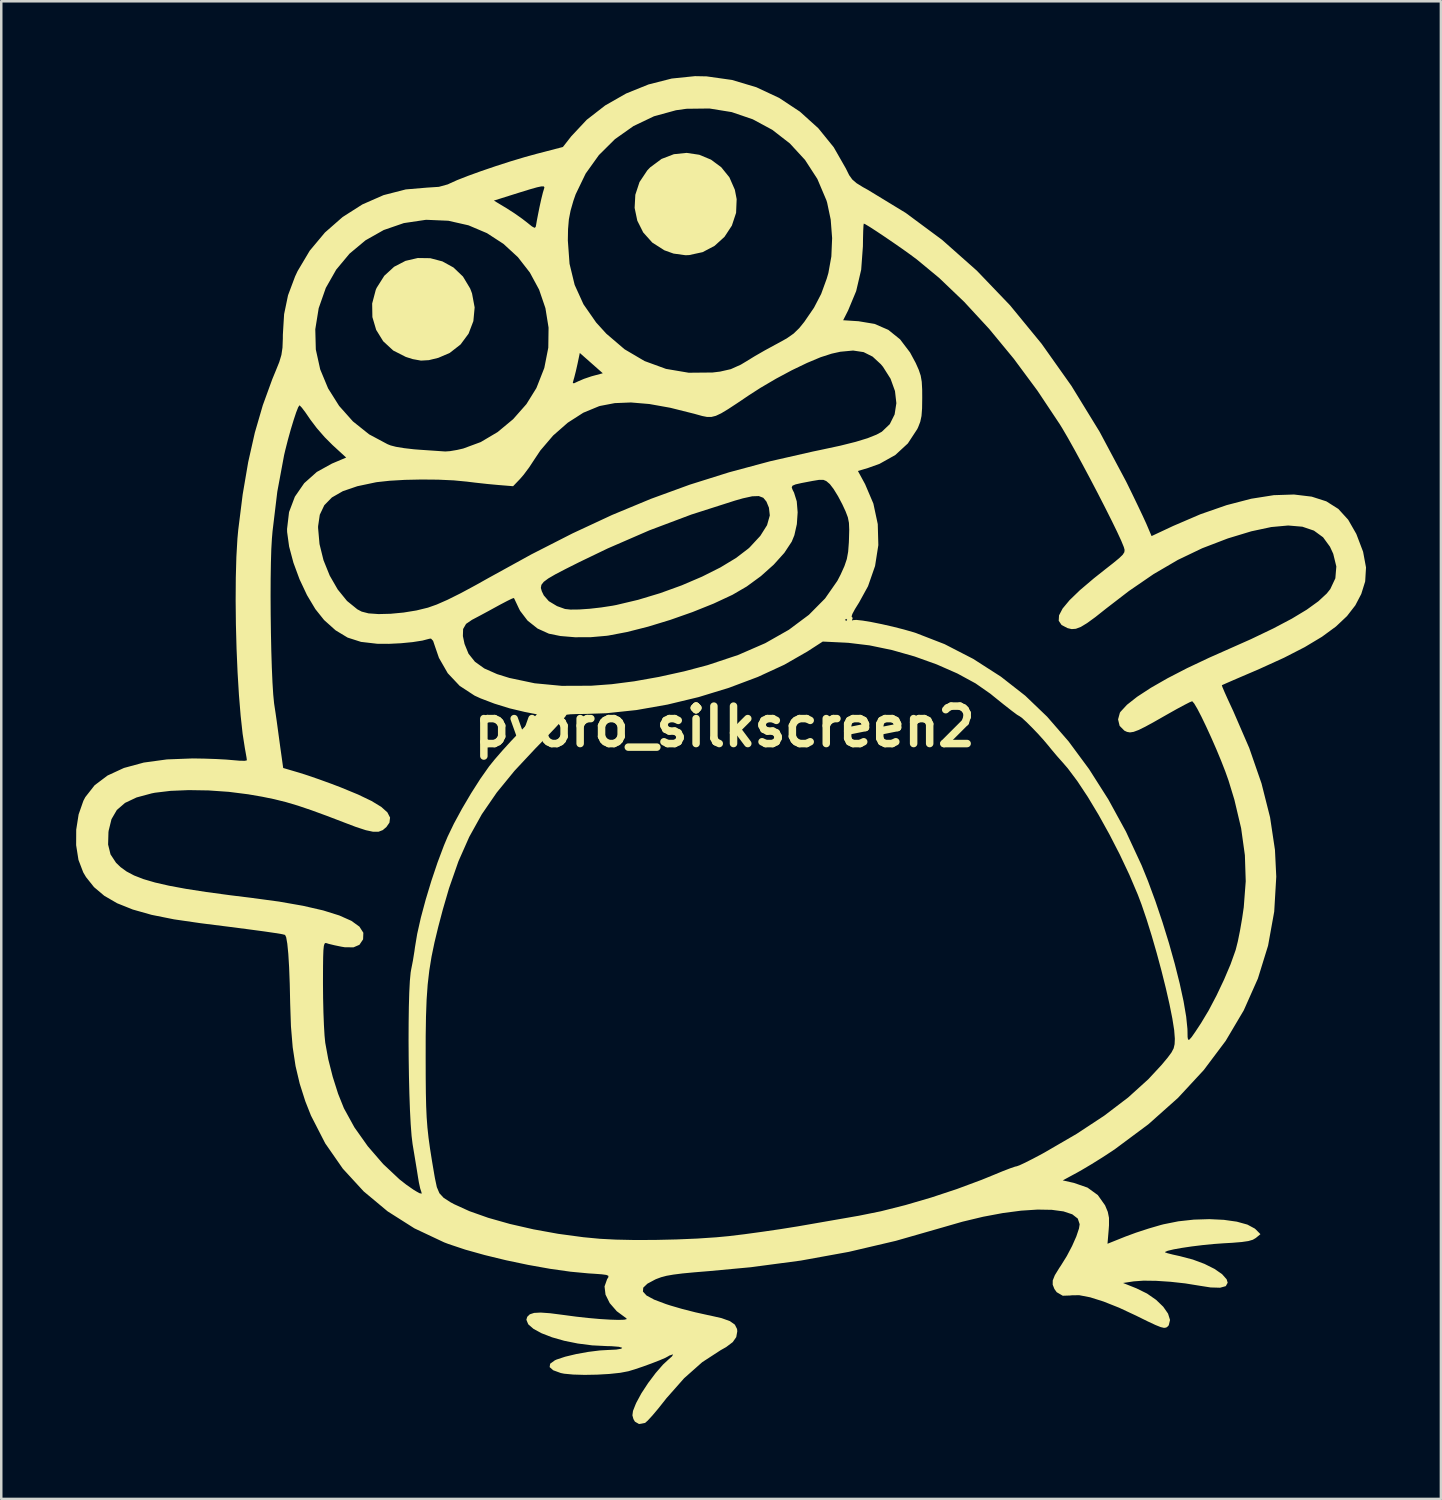
<source format=kicad_pcb>
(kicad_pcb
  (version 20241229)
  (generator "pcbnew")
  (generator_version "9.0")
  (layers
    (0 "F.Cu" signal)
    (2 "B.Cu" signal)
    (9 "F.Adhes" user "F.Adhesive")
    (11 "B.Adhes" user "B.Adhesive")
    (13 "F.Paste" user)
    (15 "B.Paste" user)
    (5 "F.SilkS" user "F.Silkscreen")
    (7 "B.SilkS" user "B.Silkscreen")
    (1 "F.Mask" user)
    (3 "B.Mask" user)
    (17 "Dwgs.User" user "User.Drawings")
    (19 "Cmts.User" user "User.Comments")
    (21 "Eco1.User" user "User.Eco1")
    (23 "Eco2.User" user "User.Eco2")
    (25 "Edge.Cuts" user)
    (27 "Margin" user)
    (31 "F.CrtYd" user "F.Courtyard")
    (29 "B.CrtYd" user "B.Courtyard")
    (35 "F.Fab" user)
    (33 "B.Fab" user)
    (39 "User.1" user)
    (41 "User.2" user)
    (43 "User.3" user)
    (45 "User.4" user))
  (footprint "pyoro_silkscreen2"
    (layer "F.Cu")
    (at 25.974 26.055)
    (property "Reference" "pyoro_silkscreen2" (at 0 0 0) (layer "F.SilkS") (effects (font (size 1.5 1.5) (thickness 0.3))))
    (attr board_only exclude_from_pos_files exclude_from_bom)
    (fp_poly (pts (xy -1.015 -22.906) (xy -0.546 -22.711) (xy -0.135 -22.407) (xy 0.192 -22.002) (xy 0.41 -21.506) (xy 0.483 -21.129) (xy 0.46 -20.579) (xy 0.291 -20.068) (xy -0.004 -19.619) (xy -0.402 -19.257) (xy -0.881 -19.005) (xy -1.419 -18.888) (xy -1.566 -18.882) (xy -2.046 -18.948) (xy -2.414 -19.08) (xy -2.897 -19.389) (xy -3.26 -19.794) (xy -3.497 -20.266) (xy -3.604 -20.778) (xy -3.576 -21.303) (xy -3.408 -21.813) (xy -3.096 -22.281) (xy -2.98 -22.402) (xy -2.526 -22.739) (xy -2.031 -22.929) (xy -1.519 -22.981)) (stroke (width 0) (type solid)) (fill yes) (layer "F.SilkS"))
    (fp_poly (pts (xy -11.79 -18.763) (xy -11.304 -18.635) (xy -10.859 -18.39) (xy -10.479 -18.027) (xy -10.192 -17.549) (xy -10.117 -17.353) (xy -10.012 -16.79) (xy -10.063 -16.244) (xy -10.255 -15.741) (xy -10.576 -15.307) (xy -11.012 -14.967) (xy -11.467 -14.772) (xy -11.846 -14.679) (xy -12.162 -14.661) (xy -12.494 -14.721) (xy -12.768 -14.808) (xy -13.275 -15.066) (xy -13.675 -15.436) (xy -13.956 -15.891) (xy -14.108 -16.404) (xy -14.117 -16.947) (xy -13.973 -17.494) (xy -13.938 -17.573) (xy -13.631 -18.059) (xy -13.237 -18.42) (xy -12.782 -18.656) (xy -12.291 -18.77)) (stroke (width 0) (type solid)) (fill yes) (layer "F.SilkS"))
    (fp_poly (pts (xy -0.72 -26.046) (xy 0.299 -25.902) (xy 1.273 -25.61) (xy 2.185 -25.183) (xy 3.017 -24.633) (xy 3.752 -23.97) (xy 4.371 -23.207) (xy 4.858 -22.355) (xy 4.872 -22.326) (xy 4.99 -22.088) (xy 5.114 -21.916) (xy 5.283 -21.769) (xy 5.54 -21.61) (xy 5.74 -21.499) (xy 7.256 -20.576) (xy 8.712 -19.497) (xy 10.105 -18.262) (xy 11.434 -16.875) (xy 12.697 -15.336) (xy 13.893 -13.648) (xy 15.02 -11.812) (xy 16.076 -9.831) (xy 16.123 -9.737) (xy 16.346 -9.281) (xy 16.558 -8.841) (xy 16.74 -8.457) (xy 16.874 -8.166) (xy 16.916 -8.07) (xy 17.102 -7.632) (xy 17.97 -8.039) (xy 19.06 -8.507) (xy 20.107 -8.871) (xy 21.093 -9.128) (xy 21.999 -9.271) (xy 22.806 -9.297) (xy 23.516 -9.212) (xy 24.102 -9.024) (xy 24.583 -8.72) (xy 24.977 -8.288) (xy 25.304 -7.717) (xy 25.307 -7.709) (xy 25.575 -7.005) (xy 25.692 -6.375) (xy 25.659 -5.823) (xy 25.654 -5.801) (xy 25.502 -5.313) (xy 25.264 -4.858) (xy 24.93 -4.427) (xy 24.488 -4.01) (xy 23.928 -3.599) (xy 23.238 -3.185) (xy 22.406 -2.758) (xy 21.422 -2.31) (xy 21.167 -2.2) (xy 20.747 -2.02) (xy 20.386 -1.865) (xy 20.111 -1.745) (xy 19.949 -1.673) (xy 19.917 -1.657) (xy 19.943 -1.577) (xy 20.03 -1.373) (xy 20.164 -1.075) (xy 20.333 -0.711) (xy 20.372 -0.627) (xy 21.015 0.857) (xy 21.506 2.275) (xy 21.849 3.633) (xy 22.045 4.939) (xy 22.097 6.011) (xy 22.015 7.411) (xy 21.769 8.772) (xy 21.361 10.091) (xy 20.795 11.364) (xy 20.071 12.587) (xy 19.192 13.758) (xy 18.16 14.872) (xy 16.977 15.926) (xy 15.645 16.917) (xy 15.51 17.009) (xy 15.113 17.268) (xy 14.692 17.53) (xy 14.31 17.757) (xy 14.133 17.857) (xy 13.545 18.176) (xy 13.995 18.277) (xy 14.536 18.465) (xy 14.948 18.763) (xy 15.238 19.172) (xy 15.243 19.182) (xy 15.349 19.437) (xy 15.397 19.677) (xy 15.397 19.975) (xy 15.385 20.145) (xy 15.337 20.714) (xy 16.052 20.427) (xy 16.481 20.269) (xy 16.983 20.105) (xy 17.466 19.964) (xy 17.581 19.934) (xy 18.175 19.815) (xy 18.797 19.747) (xy 19.415 19.728) (xy 19.998 19.756) (xy 20.517 19.829) (xy 20.94 19.946) (xy 21.236 20.105) (xy 21.283 20.147) (xy 21.463 20.33) (xy 21.276 20.484) (xy 21.159 20.553) (xy 20.983 20.605) (xy 20.716 20.644) (xy 20.329 20.676) (xy 20.006 20.694) (xy 19.587 20.724) (xy 19.146 20.768) (xy 18.712 20.821) (xy 18.315 20.88) (xy 17.985 20.939) (xy 17.751 20.995) (xy 17.643 21.042) (xy 17.643 21.058) (xy 17.738 21.092) (xy 17.952 21.147) (xy 18.241 21.211) (xy 18.244 21.212) (xy 18.754 21.346) (xy 19.221 21.52) (xy 19.621 21.72) (xy 19.925 21.93) (xy 20.109 22.137) (xy 20.151 22.275) (xy 20.075 22.412) (xy 19.847 22.475) (xy 19.467 22.464) (xy 19.008 22.392) (xy 18.451 22.302) (xy 17.862 22.237) (xy 17.289 22.199) (xy 16.781 22.192) (xy 16.388 22.22) (xy 16.376 22.222) (xy 15.96 22.285) (xy 16.502 22.502) (xy 16.922 22.709) (xy 17.284 22.961) (xy 17.57 23.237) (xy 17.762 23.512) (xy 17.842 23.767) (xy 17.791 23.978) (xy 17.752 24.025) (xy 17.688 24.071) (xy 17.601 24.083) (xy 17.467 24.052) (xy 17.258 23.968) (xy 16.952 23.825) (xy 16.522 23.613) (xy 16.492 23.598) (xy 15.805 23.277) (xy 15.182 23.029) (xy 14.643 22.859) (xy 14.203 22.774) (xy 13.883 22.779) (xy 13.851 22.786) (xy 13.545 22.796) (xy 13.303 22.655) (xy 13.21 22.525) (xy 13.142 22.353) (xy 13.144 22.183) (xy 13.228 21.973) (xy 13.405 21.685) (xy 13.474 21.582) (xy 13.708 21.205) (xy 13.919 20.804) (xy 14.088 20.422) (xy 14.195 20.103) (xy 14.222 19.931) (xy 14.147 19.706) (xy 13.927 19.535) (xy 13.575 19.418) (xy 13.106 19.355) (xy 12.535 19.345) (xy 11.877 19.388) (xy 11.145 19.484) (xy 10.355 19.632) (xy 9.521 19.832) (xy 8.745 20.056) (xy 6.858 20.597) (xy 4.973 21.039) (xy 3.051 21.388) (xy 1.048 21.654) (xy -0.595 21.807) (xy -1.212 21.858) (xy -1.688 21.903) (xy -2.049 21.949) (xy -2.325 21.997) (xy -2.541 22.054) (xy -2.727 22.123) (xy -2.774 22.143) (xy -3.092 22.313) (xy -3.259 22.473) (xy -3.271 22.629) (xy -3.127 22.787) (xy -2.821 22.952) (xy -2.352 23.129) (xy -2.173 23.187) (xy -1.704 23.324) (xy -1.171 23.46) (xy -0.676 23.57) (xy -0.598 23.585) (xy -0.118 23.694) (xy 0.212 23.813) (xy 0.411 23.954) (xy 0.499 24.129) (xy 0.508 24.22) (xy 0.467 24.452) (xy 0.327 24.653) (xy 0.063 24.852) (xy -0.158 24.977) (xy -0.896 25.457) (xy -1.621 26.1) (xy -2.33 26.902) (xy -2.402 26.994) (xy -2.662 27.321) (xy -2.895 27.597) (xy -3.077 27.795) (xy -3.183 27.889) (xy -3.187 27.891) (xy -3.429 27.935) (xy -3.592 27.839) (xy -3.652 27.736) (xy -3.693 27.586) (xy -3.669 27.409) (xy -3.568 27.152) (xy -3.536 27.08) (xy -3.333 26.705) (xy -3.063 26.293) (xy -2.763 25.894) (xy -2.47 25.557) (xy -2.259 25.36) (xy -2.113 25.23) (xy -2.065 25.154) (xy -2.079 25.147) (xy -2.222 25.196) (xy -2.248 25.215) (xy -2.371 25.282) (xy -2.611 25.385) (xy -2.925 25.507) (xy -3.268 25.632) (xy -3.597 25.743) (xy -3.852 25.82) (xy -4.182 25.883) (xy -4.617 25.929) (xy -5.109 25.957) (xy -5.608 25.966) (xy -6.063 25.953) (xy -6.426 25.919) (xy -6.561 25.892) (xy -6.865 25.781) (xy -7.008 25.654) (xy -6.987 25.519) (xy -6.799 25.383) (xy -6.725 25.35) (xy -6.386 25.238) (xy -5.943 25.132) (xy -5.459 25.045) (xy -4.998 24.987) (xy -4.713 24.971) (xy -4.342 24.953) (xy -4.139 24.919) (xy -4.103 24.879) (xy -4.234 24.841) (xy -4.531 24.817) (xy -4.715 24.813) (xy -5.303 24.784) (xy -5.88 24.71) (xy -6.424 24.6) (xy -6.915 24.46) (xy -7.333 24.298) (xy -7.656 24.122) (xy -7.866 23.939) (xy -7.94 23.757) (xy -7.905 23.639) (xy -7.802 23.54) (xy -7.631 23.484) (xy -7.367 23.47) (xy -6.988 23.497) (xy -6.468 23.564) (xy -6.438 23.568) (xy -5.943 23.634) (xy -5.452 23.688) (xy -4.99 23.729) (xy -4.582 23.754) (xy -4.251 23.764) (xy -4.021 23.757) (xy -3.918 23.731) (xy -3.937 23.699) (xy -4.32 23.416) (xy -4.602 23.091) (xy -4.77 22.751) (xy -4.809 22.423) (xy -4.707 22.135) (xy -4.703 22.129) (xy -4.654 22.05) (xy -4.657 21.997) (xy -4.738 21.962) (xy -4.924 21.937) (xy -5.239 21.914) (xy -5.45 21.901) (xy -6.173 21.833) (xy -6.993 21.717) (xy -7.866 21.561) (xy -8.752 21.375) (xy -9.608 21.167) (xy -10.391 20.948) (xy -11.061 20.724) (xy -11.236 20.657) (xy -12.424 20.097) (xy -13.499 19.415) (xy -14.457 18.616) (xy -15.292 17.707) (xy -15.997 16.693) (xy -16.568 15.58) (xy -16.795 15.006) (xy -17.018 14.306) (xy -17.185 13.599) (xy -17.3 12.845) (xy -17.37 12.004) (xy -17.401 11.086) (xy -17.418 10.307) (xy -17.443 9.641) (xy -17.476 9.1) (xy -17.516 8.695) (xy -17.561 8.438) (xy -17.606 8.343) (xy -17.722 8.314) (xy -18.005 8.267) (xy -18.457 8.201) (xy -19.076 8.118) (xy -19.863 8.016) (xy -20.816 7.896) (xy -20.997 7.873) (xy -22.051 7.72) (xy -22.949 7.54) (xy -23.706 7.326) (xy -24.334 7.074) (xy -24.847 6.776) (xy -25.258 6.429) (xy -25.579 6.026) (xy -25.69 5.838) (xy -25.881 5.338) (xy -25.974 4.75) (xy -25.974 4.723) (xy -24.694 4.723) (xy -24.597 5.118) (xy -24.377 5.452) (xy -24.197 5.626) (xy -23.955 5.802) (xy -23.653 5.962) (xy -23.278 6.108) (xy -22.815 6.244) (xy -22.251 6.373) (xy -21.57 6.499) (xy -20.759 6.625) (xy -19.804 6.754) (xy -18.965 6.857) (xy -17.847 7.008) (xy -16.884 7.177) (xy -16.079 7.362) (xy -15.433 7.564) (xy -14.948 7.78) (xy -14.627 8.012) (xy -14.47 8.257) (xy -14.48 8.516) (xy -14.483 8.525) (xy -14.627 8.739) (xy -14.865 8.841) (xy -15.216 8.837) (xy -15.348 8.815) (xy -15.629 8.757) (xy -15.859 8.701) (xy -15.938 8.675) (xy -15.989 8.666) (xy -16.026 8.697) (xy -16.053 8.788) (xy -16.07 8.961) (xy -16.08 9.236) (xy -16.085 9.634) (xy -16.087 10.176) (xy -16.087 10.314) (xy -16.082 10.885) (xy -16.069 11.446) (xy -16.049 11.957) (xy -16.024 12.378) (xy -15.996 12.663) (xy -15.875 13.324) (xy -15.696 14.029) (xy -15.481 14.707) (xy -15.248 15.288) (xy -15.243 15.297) (xy -14.828 16.052) (xy -14.292 16.809) (xy -13.677 17.52) (xy -13.023 18.134) (xy -12.754 18.345) (xy -12.445 18.561) (xy -12.234 18.684) (xy -12.132 18.708) (xy -12.148 18.629) (xy -12.152 18.624) (xy -12.193 18.497) (xy -12.245 18.261) (xy -12.28 18.052) (xy -12.328 17.749) (xy -12.394 17.347) (xy -12.466 16.913) (xy -12.498 16.722) (xy -12.538 16.391) (xy -12.573 15.929) (xy -12.603 15.362) (xy -12.626 14.717) (xy -12.643 14.019) (xy -12.654 13.294) (xy -12.654 13.293) (xy -11.974 13.293) (xy -11.972 14.055) (xy -11.966 14.68) (xy -11.954 15.201) (xy -11.934 15.651) (xy -11.903 16.063) (xy -11.859 16.469) (xy -11.799 16.902) (xy -11.721 17.395) (xy -11.622 17.98) (xy -11.602 18.092) (xy -11.527 18.445) (xy -11.424 18.689) (xy -11.255 18.873) (xy -10.981 19.05) (xy -10.839 19.127) (xy -10.222 19.408) (xy -9.467 19.675) (xy -8.602 19.92) (xy -7.658 20.136) (xy -6.666 20.316) (xy -5.655 20.452) (xy -4.995 20.515) (xy -4.361 20.548) (xy -3.607 20.564) (xy -2.779 20.561) (xy -1.925 20.541) (xy -1.094 20.506) (xy -0.332 20.455) (xy 0.169 20.408) (xy 0.795 20.332) (xy 1.513 20.234) (xy 2.25 20.126) (xy 2.932 20.017) (xy 3.175 19.975) (xy 3.721 19.88) (xy 4.265 19.785) (xy 4.761 19.699) (xy 5.167 19.628) (xy 5.376 19.592) (xy 6.26 19.413) (xy 7.242 19.165) (xy 8.274 18.863) (xy 9.307 18.521) (xy 10.294 18.154) (xy 10.801 17.947) (xy 11.145 17.805) (xy 11.436 17.693) (xy 11.637 17.624) (xy 11.701 17.611) (xy 11.812 17.571) (xy 12.04 17.465) (xy 12.355 17.305) (xy 12.726 17.108) (xy 12.827 17.052) (xy 14.099 16.313) (xy 15.209 15.582) (xy 16.165 14.854) (xy 16.972 14.124) (xy 17.488 13.568) (xy 17.739 13.269) (xy 17.898 13.055) (xy 17.987 12.886) (xy 18.025 12.721) (xy 18.034 12.52) (xy 18.034 12.491) (xy 18.008 12.156) (xy 17.934 11.689) (xy 17.82 11.119) (xy 17.673 10.474) (xy 17.5 9.782) (xy 17.309 9.073) (xy 17.107 8.374) (xy 16.901 7.713) (xy 16.699 7.12) (xy 16.55 6.727) (xy 16.213 5.935) (xy 15.828 5.12) (xy 15.411 4.31) (xy 14.979 3.532) (xy 14.547 2.814) (xy 14.13 2.184) (xy 13.744 1.669) (xy 13.532 1.424) (xy 13.322 1.188) (xy 13.082 0.903) (xy 12.968 0.762) (xy 12.778 0.537) (xy 12.547 0.281) (xy 12.303 0.027) (xy 12.078 -0.196) (xy 11.903 -0.356) (xy 11.806 -0.423) (xy 11.803 -0.423) (xy 11.713 -0.477) (xy 11.504 -0.633) (xy 11.184 -0.883) (xy 10.765 -1.22) (xy 10.649 -1.315) (xy 10.052 -1.732) (xy 9.322 -2.129) (xy 8.496 -2.492) (xy 7.61 -2.81) (xy 6.702 -3.068) (xy 5.807 -3.254) (xy 4.962 -3.356) (xy 4.823 -3.364) (xy 3.931 -3.407) (xy 3.317 -3.01) (xy 2.391 -2.479) (xy 1.333 -1.991) (xy 0.177 -1.556) (xy -1.041 -1.183) (xy -2.288 -0.883) (xy -3.529 -0.664) (xy -4.73 -0.537) (xy -5.579 -0.508) (xy -5.918 -0.504) (xy -6.176 -0.494) (xy -6.321 -0.478) (xy -6.338 -0.468) (xy -6.383 -0.398) (xy -6.53 -0.227) (xy -6.764 0.028) (xy -7.068 0.349) (xy -7.425 0.718) (xy -7.573 0.869) (xy -8.417 1.772) (xy -9.127 2.641) (xy -9.725 3.511) (xy -10.228 4.416) (xy -10.66 5.392) (xy -11.038 6.474) (xy -11.286 7.324) (xy -11.471 8.026) (xy -11.621 8.646) (xy -11.739 9.215) (xy -11.828 9.765) (xy -11.893 10.328) (xy -11.936 10.934) (xy -11.961 11.617) (xy -11.973 12.406) (xy -11.974 13.293) (xy -12.654 13.293) (xy -12.659 12.569) (xy -12.656 11.869) (xy -12.647 11.221) (xy -12.631 10.651) (xy -12.607 10.184) (xy -12.575 9.848) (xy -12.556 9.737) (xy -12.485 9.375) (xy -12.424 8.996) (xy -12.404 8.848) (xy -12.314 8.306) (xy -12.167 7.653) (xy -11.973 6.93) (xy -11.746 6.179) (xy -11.498 5.442) (xy -11.242 4.761) (xy -11.094 4.408) (xy -10.842 3.885) (xy -10.517 3.286) (xy -10.153 2.669) (xy -9.782 2.088) (xy -9.439 1.601) (xy -9.428 1.586) (xy -9.204 1.309) (xy -8.901 0.96) (xy -8.562 0.587) (xy -8.273 0.283) (xy -7.519 -0.493) (xy -8.014 -0.59) (xy -8.614 -0.733) (xy -9.224 -0.922) (xy -9.775 -1.132) (xy -10.015 -1.242) (xy -10.611 -1.632) (xy -11.09 -2.14) (xy -11.442 -2.753) (xy -11.597 -3.203) (xy -11.676 -3.436) (xy -11.76 -3.526) (xy -11.824 -3.52) (xy -12.102 -3.447) (xy -12.498 -3.385) (xy -12.962 -3.34) (xy -13.442 -3.316) (xy -13.89 -3.318) (xy -13.924 -3.32) (xy -14.563 -3.394) (xy -15.1 -3.566) (xy -15.199 -3.626) (xy -10.483 -3.626) (xy -10.417 -3.312) (xy -10.257 -2.92) (xy -9.999 -2.597) (xy -9.623 -2.329) (xy -9.112 -2.103) (xy -8.621 -1.95) (xy -7.608 -1.736) (xy -6.524 -1.633) (xy -5.346 -1.638) (xy -4.523 -1.699) (xy -3.621 -1.815) (xy -2.632 -1.991) (xy -1.62 -2.214) (xy -0.687 -2.461) (xy 0.54 -2.869) (xy 1.629 -3.343) (xy 2.575 -3.88) (xy 3.105 -4.276) (xy 4.826 -4.276) (xy 4.868 -4.233) (xy 4.911 -4.276) (xy 4.868 -4.318) (xy 4.826 -4.276) (xy 3.105 -4.276) (xy 3.375 -4.477) (xy 4.023 -5.131) (xy 4.516 -5.838) (xy 4.647 -6.09) (xy 4.801 -6.432) (xy 4.896 -6.714) (xy 4.949 -7.005) (xy 4.977 -7.376) (xy 4.982 -7.51) (xy 4.992 -7.889) (xy 4.981 -8.16) (xy 4.937 -8.383) (xy 4.847 -8.62) (xy 4.714 -8.907) (xy 4.544 -9.229) (xy 4.368 -9.515) (xy 4.22 -9.709) (xy 4.201 -9.727) (xy 4.074 -9.835) (xy 3.955 -9.885) (xy 3.788 -9.885) (xy 3.521 -9.841) (xy 3.453 -9.828) (xy 3.076 -9.756) (xy 2.84 -9.702) (xy 2.719 -9.65) (xy 2.689 -9.582) (xy 2.725 -9.481) (xy 2.781 -9.374) (xy 2.89 -9.024) (xy 2.926 -8.583) (xy 2.894 -8.11) (xy 2.794 -7.665) (xy 2.689 -7.408) (xy 2.392 -6.959) (xy 1.969 -6.489) (xy 1.455 -6.029) (xy 0.885 -5.612) (xy 0.315 -5.28) (xy -0.44 -4.928) (xy -1.285 -4.589) (xy -2.174 -4.276) (xy -3.062 -4.005) (xy -3.902 -3.791) (xy -4.648 -3.649) (xy -4.726 -3.638) (xy -5.355 -3.583) (xy -5.991 -3.58) (xy -6.576 -3.629) (xy -7.037 -3.722) (xy -7.491 -3.928) (xy -7.893 -4.247) (xy -8.189 -4.635) (xy -8.234 -4.722) (xy -8.343 -4.953) (xy -8.418 -5.112) (xy -8.439 -5.152) (xy -8.515 -5.128) (xy -8.704 -5.036) (xy -8.973 -4.895) (xy -9.118 -4.816) (xy -9.465 -4.626) (xy -9.801 -4.445) (xy -10.066 -4.305) (xy -10.118 -4.278) (xy -10.356 -4.115) (xy -10.474 -3.91) (xy -10.483 -3.626) (xy -15.199 -3.626) (xy -15.583 -3.858) (xy -16.042 -4.269) (xy -16.392 -4.707) (xy -16.727 -5.267) (xy -17.026 -5.902) (xy -17.271 -6.566) (xy -17.443 -7.212) (xy -17.523 -7.793) (xy -17.526 -7.916) (xy -17.521 -7.959) (xy -16.283 -7.959) (xy -16.226 -7.312) (xy -16.066 -6.665) (xy -15.817 -6.049) (xy -15.498 -5.495) (xy -15.124 -5.034) (xy -14.711 -4.699) (xy -14.538 -4.607) (xy -14.261 -4.536) (xy -13.861 -4.508) (xy -13.38 -4.52) (xy -12.861 -4.569) (xy -12.343 -4.653) (xy -11.881 -4.766) (xy -11.531 -4.89) (xy -11.101 -5.079) (xy -10.575 -5.341) (xy -10.173 -5.557) (xy -7.36 -5.557) (xy -7.323 -5.424) (xy -7.245 -5.261) (xy -7.243 -5.257) (xy -7.041 -5.025) (xy -6.712 -4.827) (xy -6.392 -4.712) (xy -6.172 -4.688) (xy -5.828 -4.692) (xy -5.405 -4.721) (xy -4.946 -4.773) (xy -4.495 -4.842) (xy -4.342 -4.871) (xy -3.465 -5.079) (xy -2.58 -5.346) (xy -1.717 -5.659) (xy -0.904 -6.007) (xy -0.169 -6.376) (xy 0.458 -6.755) (xy 0.95 -7.131) (xy 1.004 -7.18) (xy 1.43 -7.64) (xy 1.7 -8.068) (xy 1.811 -8.46) (xy 1.776 -8.769) (xy 1.676 -9.013) (xy 1.55 -9.166) (xy 1.37 -9.235) (xy 1.106 -9.226) (xy 0.732 -9.144) (xy 0.416 -9.054) (xy -1.334 -8.494) (xy -3.013 -7.862) (xy -4.685 -7.136) (xy -5.821 -6.589) (xy -6.365 -6.316) (xy -6.774 -6.103) (xy -7.061 -5.936) (xy -7.245 -5.799) (xy -7.339 -5.678) (xy -7.36 -5.557) (xy -10.173 -5.557) (xy -9.937 -5.685) (xy -9.468 -5.948) (xy -7.737 -6.901) (xy -6.092 -7.74) (xy -4.507 -8.478) (xy -2.951 -9.124) (xy -1.397 -9.691) (xy 0.184 -10.188) (xy 1.82 -10.628) (xy 3.541 -11.02) (xy 3.867 -11.088) (xy 4.635 -11.253) (xy 5.25 -11.407) (xy 5.728 -11.553) (xy 6.086 -11.696) (xy 6.298 -11.812) (xy 6.616 -12.115) (xy 6.81 -12.505) (xy 6.88 -12.956) (xy 6.825 -13.441) (xy 6.647 -13.935) (xy 6.346 -14.41) (xy 6.258 -14.516) (xy 5.929 -14.82) (xy 5.568 -15.001) (xy 5.147 -15.064) (xy 4.636 -15.016) (xy 4.288 -14.939) (xy 3.845 -14.796) (xy 3.302 -14.568) (xy 2.695 -14.276) (xy 2.062 -13.937) (xy 1.437 -13.57) (xy 0.983 -13.278) (xy 0.504 -12.955) (xy 0.14 -12.716) (xy -0.136 -12.55) (xy -0.35 -12.449) (xy -0.53 -12.404) (xy -0.702 -12.404) (xy -0.895 -12.442) (xy -1.133 -12.508) (xy -1.215 -12.531) (xy -2.177 -12.772) (xy -3.015 -12.922) (xy -3.75 -12.984) (xy -4.4 -12.958) (xy -4.984 -12.846) (xy -5.031 -12.833) (xy -5.66 -12.573) (xy -6.283 -12.173) (xy -6.867 -11.661) (xy -7.378 -11.063) (xy -7.621 -10.699) (xy -7.824 -10.39) (xy -8.045 -10.093) (xy -8.194 -9.92) (xy -8.472 -9.63) (xy -9.083 -9.68) (xy -9.503 -9.719) (xy -9.976 -9.771) (xy -10.329 -9.814) (xy -10.851 -9.864) (xy -11.473 -9.892) (xy -12.142 -9.898) (xy -12.806 -9.884) (xy -13.413 -9.849) (xy -13.912 -9.795) (xy -13.97 -9.786) (xy -14.708 -9.63) (xy -15.291 -9.431) (xy -15.73 -9.179) (xy -16.034 -8.868) (xy -16.215 -8.487) (xy -16.282 -8.03) (xy -16.283 -7.959) (xy -17.521 -7.959) (xy -17.446 -8.593) (xy -17.213 -9.21) (xy -16.839 -9.751) (xy -16.334 -10.201) (xy -15.728 -10.536) (xy -15.158 -10.777) (xy -15.706 -11.28) (xy -16.02 -11.595) (xy -16.336 -11.958) (xy -16.591 -12.295) (xy -16.612 -12.326) (xy -16.789 -12.584) (xy -16.934 -12.776) (xy -17.02 -12.866) (xy -17.028 -12.869) (xy -17.08 -12.793) (xy -17.162 -12.584) (xy -17.264 -12.275) (xy -17.378 -11.9) (xy -17.492 -11.489) (xy -17.597 -11.076) (xy -17.643 -10.88) (xy -17.917 -9.409) (xy -18.107 -7.829) (xy -18.132 -7.537) (xy -18.157 -7.11) (xy -18.173 -6.564) (xy -18.183 -5.927) (xy -18.186 -5.227) (xy -18.182 -4.492) (xy -18.172 -3.75) (xy -18.157 -3.031) (xy -18.136 -2.362) (xy -18.11 -1.771) (xy -18.08 -1.288) (xy -18.046 -0.939) (xy -18.039 -0.889) (xy -17.986 -0.54) (xy -17.939 -0.214) (xy -17.91 0) (xy -17.879 0.228) (xy -17.834 0.558) (xy -17.784 0.924) (xy -17.776 0.977) (xy -17.681 1.657) (xy -17.032 1.848) (xy -16.685 1.959) (xy -16.242 2.112) (xy -15.765 2.285) (xy -15.384 2.43) (xy -14.683 2.719) (xy -14.141 2.979) (xy -13.751 3.216) (xy -13.507 3.435) (xy -13.4 3.643) (xy -13.425 3.846) (xy -13.546 4.02) (xy -13.692 4.145) (xy -13.861 4.21) (xy -14.079 4.211) (xy -14.373 4.148) (xy -14.772 4.017) (xy -15.178 3.863) (xy -15.925 3.577) (xy -16.551 3.348) (xy -17.089 3.166) (xy -17.575 3.022) (xy -18.043 2.906) (xy -18.525 2.807) (xy -19.058 2.715) (xy -19.079 2.711) (xy -19.861 2.612) (xy -20.67 2.556) (xy -21.463 2.543) (xy -22.194 2.573) (xy -22.818 2.648) (xy -22.945 2.673) (xy -23.554 2.837) (xy -24.015 3.055) (xy -24.344 3.339) (xy -24.558 3.706) (xy -24.672 4.169) (xy -24.68 4.23) (xy -24.694 4.723) (xy -25.974 4.723) (xy -25.971 4.127) (xy -25.875 3.517) (xy -25.685 2.973) (xy -25.607 2.824) (xy -25.234 2.349) (xy -24.718 1.96) (xy -24.06 1.656) (xy -23.266 1.44) (xy -22.336 1.313) (xy -21.304 1.274) (xy -20.835 1.282) (xy -20.362 1.298) (xy -19.949 1.321) (xy -19.706 1.342) (xy -19.421 1.366) (xy -19.216 1.369) (xy -19.135 1.35) (xy -19.135 1.349) (xy -19.149 1.24) (xy -19.187 1.023) (xy -19.215 0.868) (xy -19.306 0.284) (xy -19.385 -0.438) (xy -19.453 -1.268) (xy -19.508 -2.176) (xy -19.549 -3.129) (xy -19.575 -4.099) (xy -19.585 -5.054) (xy -19.579 -5.964) (xy -19.556 -6.799) (xy -19.514 -7.526) (xy -19.482 -7.874) (xy -19.303 -9.303) (xy -19.083 -10.594) (xy -18.817 -11.774) (xy -18.498 -12.871) (xy -18.119 -13.913) (xy -17.979 -14.253) (xy -17.837 -14.604) (xy -17.752 -14.889) (xy -17.709 -15.178) (xy -17.695 -15.542) (xy -17.694 -15.692) (xy -17.681 -15.917) (xy -16.395 -15.917) (xy -16.374 -15.106) (xy -16.198 -14.309) (xy -15.882 -13.548) (xy -15.44 -12.846) (xy -14.887 -12.225) (xy -14.237 -11.706) (xy -13.504 -11.314) (xy -13.377 -11.263) (xy -13.163 -11.208) (xy -12.835 -11.154) (xy -12.446 -11.109) (xy -12.234 -11.092) (xy -11.851 -11.066) (xy -11.513 -11.043) (xy -11.269 -11.026) (xy -11.188 -11.021) (xy -11.001 -11.034) (xy -10.719 -11.082) (xy -10.469 -11.139) (xy -9.768 -11.398) (xy -9.091 -11.799) (xy -8.47 -12.315) (xy -7.938 -12.918) (xy -7.539 -13.56) (xy -7.456 -13.77) (xy -6.081 -13.77) (xy -6.038 -13.749) (xy -5.881 -13.823) (xy -5.871 -13.828) (xy -5.633 -13.93) (xy -5.338 -14.03) (xy -5.255 -14.053) (xy -4.879 -14.154) (xy -5.34 -14.561) (xy -5.8 -14.967) (xy -5.891 -14.532) (xy -5.957 -14.24) (xy -6.021 -13.988) (xy -6.047 -13.9) (xy -6.081 -13.77) (xy -7.456 -13.77) (xy -7.222 -14.366) (xy -7.062 -15.178) (xy -7.051 -15.982) (xy -7.177 -16.762) (xy -7.43 -17.503) (xy -7.801 -18.189) (xy -8.28 -18.805) (xy -8.856 -19.335) (xy -9.068 -19.473) (xy -6.279 -19.473) (xy -6.211 -18.539) (xy -6.006 -17.694) (xy -5.653 -16.917) (xy -5.146 -16.188) (xy -4.739 -15.74) (xy -4.006 -15.114) (xy -3.206 -14.643) (xy -2.347 -14.329) (xy -1.438 -14.175) (xy -0.485 -14.184) (xy -0.184 -14.22) (xy 0.247 -14.318) (xy 0.65 -14.499) (xy 0.875 -14.634) (xy 1.204 -14.836) (xy 1.609 -15.069) (xy 2.015 -15.29) (xy 2.103 -15.337) (xy 2.485 -15.548) (xy 2.763 -15.742) (xy 2.99 -15.962) (xy 3.191 -16.211) (xy 3.237 -16.278) (xy 4.749 -16.278) (xy 5.365 -16.238) (xy 6.007 -16.131) (xy 6.558 -15.892) (xy 7.028 -15.513) (xy 7.428 -14.987) (xy 7.654 -14.567) (xy 7.777 -14.291) (xy 7.855 -14.058) (xy 7.897 -13.813) (xy 7.914 -13.499) (xy 7.916 -13.166) (xy 7.91 -12.745) (xy 7.887 -12.443) (xy 7.837 -12.21) (xy 7.754 -11.996) (xy 7.717 -11.918) (xy 7.34 -11.343) (xy 6.837 -10.879) (xy 6.205 -10.525) (xy 5.747 -10.361) (xy 5.34 -10.24) (xy 5.627 -9.713) (xy 5.959 -8.934) (xy 6.135 -8.112) (xy 6.158 -7.271) (xy 6.027 -6.434) (xy 5.745 -5.624) (xy 5.387 -4.973) (xy 5.224 -4.711) (xy 5.117 -4.512) (xy 5.085 -4.41) (xy 5.093 -4.403) (xy 5.133 -4.349) (xy 5.114 -4.305) (xy 5.104 -4.247) (xy 5.147 -4.265) (xy 5.274 -4.275) (xy 5.531 -4.247) (xy 5.884 -4.188) (xy 6.299 -4.104) (xy 6.743 -4.003) (xy 7.182 -3.891) (xy 7.583 -3.776) (xy 7.662 -3.75) (xy 8.811 -3.304) (xy 9.959 -2.713) (xy 11.069 -2) (xy 12.043 -1.238) (xy 12.92 -0.397) (xy 13.777 0.59) (xy 14.599 1.702) (xy 15.37 2.915) (xy 16.077 4.207) (xy 16.703 5.555) (xy 16.957 6.181) (xy 17.255 6.988) (xy 17.538 7.829) (xy 17.8 8.677) (xy 18.032 9.505) (xy 18.229 10.289) (xy 18.384 11.002) (xy 18.489 11.619) (xy 18.539 12.112) (xy 18.542 12.235) (xy 18.545 12.432) (xy 18.563 12.537) (xy 18.612 12.542) (xy 18.708 12.435) (xy 18.867 12.206) (xy 19.083 11.878) (xy 19.388 11.37) (xy 19.704 10.77) (xy 20.005 10.135) (xy 20.266 9.521) (xy 20.458 8.983) (xy 20.476 8.927) (xy 20.558 8.601) (xy 20.646 8.165) (xy 20.73 7.678) (xy 20.795 7.234) (xy 20.874 6.194) (xy 20.84 5.15) (xy 20.69 4.071) (xy 20.42 2.929) (xy 20.185 2.159) (xy 20.054 1.791) (xy 19.887 1.364) (xy 19.697 0.906) (xy 19.494 0.443) (xy 19.292 0.002) (xy 19.103 -0.391) (xy 18.938 -0.71) (xy 18.81 -0.926) (xy 18.732 -1.015) (xy 18.727 -1.016) (xy 18.627 -0.976) (xy 18.412 -0.866) (xy 18.111 -0.704) (xy 17.756 -0.504) (xy 17.71 -0.478) (xy 17.218 -0.198) (xy 16.849 0.004) (xy 16.578 0.137) (xy 16.382 0.21) (xy 16.237 0.232) (xy 16.119 0.211) (xy 16.012 0.161) (xy 15.823 -0.031) (xy 15.76 -0.289) (xy 15.833 -0.556) (xy 15.858 -0.594) (xy 16.116 -0.874) (xy 16.524 -1.195) (xy 17.07 -1.552) (xy 17.74 -1.936) (xy 18.523 -2.341) (xy 19.407 -2.759) (xy 20.034 -3.037) (xy 21.083 -3.503) (xy 21.976 -3.931) (xy 22.719 -4.323) (xy 23.319 -4.685) (xy 23.783 -5.02) (xy 24.119 -5.331) (xy 24.261 -5.509) (xy 24.464 -5.941) (xy 24.503 -6.414) (xy 24.379 -6.923) (xy 24.248 -7.206) (xy 23.972 -7.584) (xy 23.606 -7.851) (xy 23.142 -8.008) (xy 22.574 -8.056) (xy 21.895 -7.994) (xy 21.099 -7.824) (xy 20.179 -7.545) (xy 20.143 -7.533) (xy 19.131 -7.145) (xy 18.156 -6.678) (xy 17.187 -6.112) (xy 16.194 -5.431) (xy 15.283 -4.73) (xy 14.852 -4.388) (xy 14.522 -4.148) (xy 14.27 -3.995) (xy 14.071 -3.919) (xy 13.902 -3.906) (xy 13.737 -3.945) (xy 13.734 -3.946) (xy 13.497 -4.071) (xy 13.383 -4.24) (xy 13.396 -4.457) (xy 13.539 -4.73) (xy 13.816 -5.063) (xy 14.231 -5.464) (xy 14.788 -5.937) (xy 15.214 -6.275) (xy 15.566 -6.551) (xy 15.803 -6.746) (xy 15.946 -6.884) (xy 16.012 -6.987) (xy 16.022 -7.079) (xy 15.994 -7.183) (xy 15.986 -7.205) (xy 15.887 -7.447) (xy 15.719 -7.81) (xy 15.495 -8.269) (xy 15.23 -8.796) (xy 14.937 -9.367) (xy 14.629 -9.955) (xy 14.32 -10.533) (xy 14.025 -11.075) (xy 13.756 -11.556) (xy 13.527 -11.948) (xy 13.429 -12.107) (xy 12.531 -13.456) (xy 11.582 -14.737) (xy 10.598 -15.93) (xy 9.597 -17.014) (xy 8.596 -17.971) (xy 7.701 -18.712) (xy 7.441 -18.905) (xy 7.121 -19.134) (xy 6.77 -19.378) (xy 6.418 -19.618) (xy 6.093 -19.835) (xy 5.825 -20.009) (xy 5.641 -20.12) (xy 5.575 -20.15) (xy 5.563 -20.071) (xy 5.552 -19.857) (xy 5.544 -19.543) (xy 5.54 -19.24) (xy 5.471 -18.303) (xy 5.27 -17.445) (xy 4.947 -16.669) (xy 4.749 -16.278) (xy 3.237 -16.278) (xy 3.581 -16.78) (xy 3.868 -17.332) (xy 4.091 -17.944) (xy 4.157 -18.17) (xy 4.276 -18.832) (xy 4.307 -19.567) (xy 4.25 -20.309) (xy 4.107 -20.989) (xy 4.078 -21.082) (xy 3.715 -21.938) (xy 3.221 -22.7) (xy 2.614 -23.359) (xy 1.91 -23.905) (xy 1.127 -24.327) (xy 0.283 -24.615) (xy -0.607 -24.759) (xy -1.525 -24.748) (xy -1.947 -24.689) (xy -2.829 -24.447) (xy -3.649 -24.056) (xy -4.39 -23.533) (xy -5.035 -22.893) (xy -5.566 -22.151) (xy -5.966 -21.322) (xy -6.058 -21.058) (xy -6.17 -20.667) (xy -6.238 -20.314) (xy -6.271 -19.928) (xy -6.279 -19.473) (xy -9.068 -19.473) (xy -9.519 -19.766) (xy -10.259 -20.08) (xy -11.067 -20.263) (xy -11.931 -20.3) (xy -11.98 -20.298) (xy -12.848 -20.169) (xy -13.654 -19.891) (xy -14.383 -19.479) (xy -15.022 -18.946) (xy -15.557 -18.305) (xy -15.974 -17.572) (xy -16.259 -16.759) (xy -16.395 -15.917) (xy -17.681 -15.917) (xy -17.644 -16.521) (xy -17.487 -17.277) (xy -17.205 -18.03) (xy -17.104 -18.246) (xy -16.617 -19.064) (xy -16.009 -19.791) (xy -15.3 -20.413) (xy -14.51 -20.916) (xy -14.16 -21.07) (xy -9.241 -21.07) (xy -8.748 -20.773) (xy -8.427 -20.568) (xy -8.108 -20.343) (xy -7.916 -20.195) (xy -7.719 -20.037) (xy -7.614 -19.979) (xy -7.568 -20.012) (xy -7.55 -20.096) (xy -7.52 -20.272) (xy -7.466 -20.55) (xy -7.41 -20.828) (xy -7.342 -21.136) (xy -7.278 -21.393) (xy -7.236 -21.531) (xy -7.217 -21.601) (xy -7.243 -21.639) (xy -7.336 -21.64) (xy -7.515 -21.602) (xy -7.804 -21.52) (xy -8.223 -21.391) (xy -8.452 -21.319) (xy -9.241 -21.07) (xy -14.16 -21.07) (xy -13.66 -21.289) (xy -12.77 -21.518) (xy -11.921 -21.59) (xy -11.445 -21.621) (xy -11.087 -21.72) (xy -11.024 -21.75) (xy -10.714 -21.89) (xy -10.277 -22.061) (xy -9.75 -22.252) (xy -9.172 -22.449) (xy -8.579 -22.64) (xy -8.007 -22.812) (xy -7.535 -22.942) (xy -6.477 -23.217) (xy -6.146 -23.641) (xy -5.525 -24.305) (xy -4.782 -24.882) (xy -3.946 -25.359) (xy -3.048 -25.722) (xy -2.118 -25.959) (xy -1.185 -26.055)) (stroke (width 0) (type solid)) (fill yes) (layer "F.SilkS")))
  (gr_rect
    (start -3 -3)
    (end 54.666 56.99)
    (stroke (width 0.1) (type default))
    (fill no)
    (layer "Edge.Cuts")))
</source>
